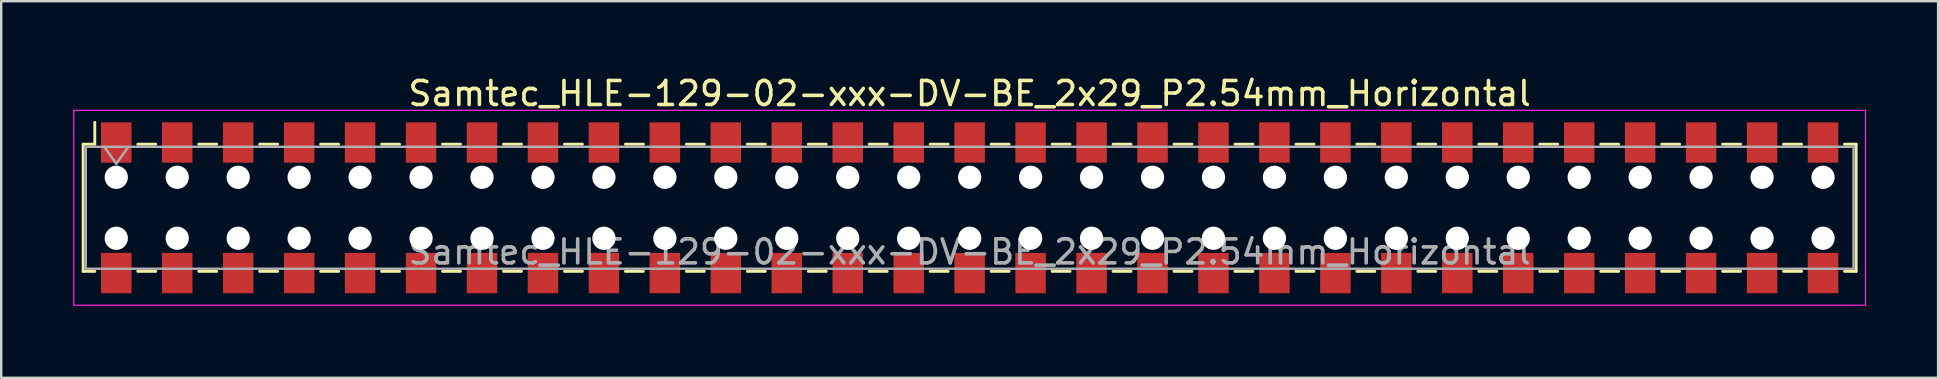
<source format=kicad_pcb>
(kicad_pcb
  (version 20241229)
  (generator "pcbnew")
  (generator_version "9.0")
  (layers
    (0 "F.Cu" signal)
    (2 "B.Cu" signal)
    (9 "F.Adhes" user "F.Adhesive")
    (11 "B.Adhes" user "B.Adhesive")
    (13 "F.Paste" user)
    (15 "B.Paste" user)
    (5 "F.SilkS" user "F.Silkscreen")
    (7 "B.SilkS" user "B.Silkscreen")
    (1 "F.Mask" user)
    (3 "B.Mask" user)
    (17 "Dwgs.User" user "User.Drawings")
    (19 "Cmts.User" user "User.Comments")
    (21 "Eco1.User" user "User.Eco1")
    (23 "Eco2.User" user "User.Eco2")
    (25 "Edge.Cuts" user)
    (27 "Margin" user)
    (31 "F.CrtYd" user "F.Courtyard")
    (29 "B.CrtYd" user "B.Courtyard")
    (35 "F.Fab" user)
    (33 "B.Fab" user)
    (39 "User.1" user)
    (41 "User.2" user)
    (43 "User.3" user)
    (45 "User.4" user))
  (footprint "Samtec_HLE-129-02-xxx-DV-BE_2x29_P2.54mm_Horizontal"
    (layer "F.Cu")
    (at 37.355 5.608)
    (property "Reference" "Samtec_HLE-129-02-xxx-DV-BE_2x29_P2.54mm_Horizontal" (at 0 -4.76 0) (layer "F.SilkS") (effects (font (size 1 1) (thickness 0.15))))
    (attr smd)
    (fp_line (start -36.94 -2.65) (end -36.94 2.65) (stroke (width 0.12) (type solid)) (layer "F.SilkS"))
    (fp_line (start -36.94 2.65) (end -36.455 2.65) (stroke (width 0.12) (type solid)) (layer "F.SilkS"))
    (fp_line (start -36.455 -3.56) (end -36.455 -2.65) (stroke (width 0.12) (type solid)) (layer "F.SilkS"))
    (fp_line (start -36.455 -2.65) (end -36.94 -2.65) (stroke (width 0.12) (type solid)) (layer "F.SilkS"))
    (fp_line (start -34.665 -2.65) (end -33.915 -2.65) (stroke (width 0.12) (type solid)) (layer "F.SilkS"))
    (fp_line (start -34.665 2.65) (end -33.915 2.65) (stroke (width 0.12) (type solid)) (layer "F.SilkS"))
    (fp_line (start -32.125 -2.65) (end -31.375 -2.65) (stroke (width 0.12) (type solid)) (layer "F.SilkS"))
    (fp_line (start -32.125 2.65) (end -31.375 2.65) (stroke (width 0.12) (type solid)) (layer "F.SilkS"))
    (fp_line (start -29.585 -2.65) (end -28.835 -2.65) (stroke (width 0.12) (type solid)) (layer "F.SilkS"))
    (fp_line (start -29.585 2.65) (end -28.835 2.65) (stroke (width 0.12) (type solid)) (layer "F.SilkS"))
    (fp_line (start -27.045 -2.65) (end -26.295 -2.65) (stroke (width 0.12) (type solid)) (layer "F.SilkS"))
    (fp_line (start -27.045 2.65) (end -26.295 2.65) (stroke (width 0.12) (type solid)) (layer "F.SilkS"))
    (fp_line (start -24.505 -2.65) (end -23.755 -2.65) (stroke (width 0.12) (type solid)) (layer "F.SilkS"))
    (fp_line (start -24.505 2.65) (end -23.755 2.65) (stroke (width 0.12) (type solid)) (layer "F.SilkS"))
    (fp_line (start -21.965 -2.65) (end -21.215 -2.65) (stroke (width 0.12) (type solid)) (layer "F.SilkS"))
    (fp_line (start -21.965 2.65) (end -21.215 2.65) (stroke (width 0.12) (type solid)) (layer "F.SilkS"))
    (fp_line (start -19.425 -2.65) (end -18.675 -2.65) (stroke (width 0.12) (type solid)) (layer "F.SilkS"))
    (fp_line (start -19.425 2.65) (end -18.675 2.65) (stroke (width 0.12) (type solid)) (layer "F.SilkS"))
    (fp_line (start -16.885 -2.65) (end -16.135 -2.65) (stroke (width 0.12) (type solid)) (layer "F.SilkS"))
    (fp_line (start -16.885 2.65) (end -16.135 2.65) (stroke (width 0.12) (type solid)) (layer "F.SilkS"))
    (fp_line (start -14.345 -2.65) (end -13.595 -2.65) (stroke (width 0.12) (type solid)) (layer "F.SilkS"))
    (fp_line (start -14.345 2.65) (end -13.595 2.65) (stroke (width 0.12) (type solid)) (layer "F.SilkS"))
    (fp_line (start -11.805 -2.65) (end -11.055 -2.65) (stroke (width 0.12) (type solid)) (layer "F.SilkS"))
    (fp_line (start -11.805 2.65) (end -11.055 2.65) (stroke (width 0.12) (type solid)) (layer "F.SilkS"))
    (fp_line (start -9.265 -2.65) (end -8.515 -2.65) (stroke (width 0.12) (type solid)) (layer "F.SilkS"))
    (fp_line (start -9.265 2.65) (end -8.515 2.65) (stroke (width 0.12) (type solid)) (layer "F.SilkS"))
    (fp_line (start -6.725 -2.65) (end -5.975 -2.65) (stroke (width 0.12) (type solid)) (layer "F.SilkS"))
    (fp_line (start -6.725 2.65) (end -5.975 2.65) (stroke (width 0.12) (type solid)) (layer "F.SilkS"))
    (fp_line (start -4.185 -2.65) (end -3.435 -2.65) (stroke (width 0.12) (type solid)) (layer "F.SilkS"))
    (fp_line (start -4.185 2.65) (end -3.435 2.65) (stroke (width 0.12) (type solid)) (layer "F.SilkS"))
    (fp_line (start -1.645 -2.65) (end -0.895 -2.65) (stroke (width 0.12) (type solid)) (layer "F.SilkS"))
    (fp_line (start -1.645 2.65) (end -0.895 2.65) (stroke (width 0.12) (type solid)) (layer "F.SilkS"))
    (fp_line (start 0.895 -2.65) (end 1.645 -2.65) (stroke (width 0.12) (type solid)) (layer "F.SilkS"))
    (fp_line (start 0.895 2.65) (end 1.645 2.65) (stroke (width 0.12) (type solid)) (layer "F.SilkS"))
    (fp_line (start 3.435 -2.65) (end 4.185 -2.65) (stroke (width 0.12) (type solid)) (layer "F.SilkS"))
    (fp_line (start 3.435 2.65) (end 4.185 2.65) (stroke (width 0.12) (type solid)) (layer "F.SilkS"))
    (fp_line (start 5.975 -2.65) (end 6.725 -2.65) (stroke (width 0.12) (type solid)) (layer "F.SilkS"))
    (fp_line (start 5.975 2.65) (end 6.725 2.65) (stroke (width 0.12) (type solid)) (layer "F.SilkS"))
    (fp_line (start 8.515 -2.65) (end 9.265 -2.65) (stroke (width 0.12) (type solid)) (layer "F.SilkS"))
    (fp_line (start 8.515 2.65) (end 9.265 2.65) (stroke (width 0.12) (type solid)) (layer "F.SilkS"))
    (fp_line (start 11.055 -2.65) (end 11.805 -2.65) (stroke (width 0.12) (type solid)) (layer "F.SilkS"))
    (fp_line (start 11.055 2.65) (end 11.805 2.65) (stroke (width 0.12) (type solid)) (layer "F.SilkS"))
    (fp_line (start 13.595 -2.65) (end 14.345 -2.65) (stroke (width 0.12) (type solid)) (layer "F.SilkS"))
    (fp_line (start 13.595 2.65) (end 14.345 2.65) (stroke (width 0.12) (type solid)) (layer "F.SilkS"))
    (fp_line (start 16.135 -2.65) (end 16.885 -2.65) (stroke (width 0.12) (type solid)) (layer "F.SilkS"))
    (fp_line (start 16.135 2.65) (end 16.885 2.65) (stroke (width 0.12) (type solid)) (layer "F.SilkS"))
    (fp_line (start 18.675 -2.65) (end 19.425 -2.65) (stroke (width 0.12) (type solid)) (layer "F.SilkS"))
    (fp_line (start 18.675 2.65) (end 19.425 2.65) (stroke (width 0.12) (type solid)) (layer "F.SilkS"))
    (fp_line (start 21.215 -2.65) (end 21.965 -2.65) (stroke (width 0.12) (type solid)) (layer "F.SilkS"))
    (fp_line (start 21.215 2.65) (end 21.965 2.65) (stroke (width 0.12) (type solid)) (layer "F.SilkS"))
    (fp_line (start 23.755 -2.65) (end 24.505 -2.65) (stroke (width 0.12) (type solid)) (layer "F.SilkS"))
    (fp_line (start 23.755 2.65) (end 24.505 2.65) (stroke (width 0.12) (type solid)) (layer "F.SilkS"))
    (fp_line (start 26.295 -2.65) (end 27.045 -2.65) (stroke (width 0.12) (type solid)) (layer "F.SilkS"))
    (fp_line (start 26.295 2.65) (end 27.045 2.65) (stroke (width 0.12) (type solid)) (layer "F.SilkS"))
    (fp_line (start 28.835 -2.65) (end 29.585 -2.65) (stroke (width 0.12) (type solid)) (layer "F.SilkS"))
    (fp_line (start 28.835 2.65) (end 29.585 2.65) (stroke (width 0.12) (type solid)) (layer "F.SilkS"))
    (fp_line (start 31.375 -2.65) (end 32.125 -2.65) (stroke (width 0.12) (type solid)) (layer "F.SilkS"))
    (fp_line (start 31.375 2.65) (end 32.125 2.65) (stroke (width 0.12) (type solid)) (layer "F.SilkS"))
    (fp_line (start 33.915 -2.65) (end 34.665 -2.65) (stroke (width 0.12) (type solid)) (layer "F.SilkS"))
    (fp_line (start 33.915 2.65) (end 34.665 2.65) (stroke (width 0.12) (type solid)) (layer "F.SilkS"))
    (fp_line (start 36.455 -2.65) (end 36.94 -2.65) (stroke (width 0.12) (type solid)) (layer "F.SilkS"))
    (fp_line (start 36.94 -2.65) (end 36.94 2.65) (stroke (width 0.12) (type solid)) (layer "F.SilkS"))
    (fp_line (start 36.94 2.65) (end 36.455 2.65) (stroke (width 0.12) (type solid)) (layer "F.SilkS"))
    (fp_line (start -37.33 -4.06) (end 37.33 -4.06) (stroke (width 0.05) (type solid)) (layer "F.CrtYd"))
    (fp_line (start -37.33 4.06) (end -37.33 -4.06) (stroke (width 0.05) (type solid)) (layer "F.CrtYd"))
    (fp_line (start 37.33 -4.06) (end 37.33 4.06) (stroke (width 0.05) (type solid)) (layer "F.CrtYd"))
    (fp_line (start 37.33 4.06) (end -37.33 4.06) (stroke (width 0.05) (type solid)) (layer "F.CrtYd"))
    (fp_line (start -36.83 -2.54) (end 36.83 -2.54) (stroke (width 0.1) (type solid)) (layer "F.Fab"))
    (fp_line (start -36.83 2.54) (end -36.83 -2.54) (stroke (width 0.1) (type solid)) (layer "F.Fab"))
    (fp_line (start -36.06 -2.54) (end -35.56 -1.833) (stroke (width 0.1) (type solid)) (layer "F.Fab"))
    (fp_line (start -35.56 -1.833) (end -35.06 -2.54) (stroke (width 0.1) (type solid)) (layer "F.Fab"))
    (fp_line (start 36.83 -2.54) (end 36.83 2.54) (stroke (width 0.1) (type solid)) (layer "F.Fab"))
    (fp_line (start 36.83 2.54) (end -36.83 2.54) (stroke (width 0.1) (type solid)) (layer "F.Fab"))
    (fp_text user "${REFERENCE}" (at 0 1.84 0) (layer "F.Fab") (effects (font (size 1 1) (thickness 0.15))))
    (pad "" np_thru_hole circle (at -35.56 -1.27) (size 0.97 0.97) (drill 0.97) (layers "*.Cu" "*.Mask"))
    (pad "" np_thru_hole circle (at -35.56 1.27) (size 0.97 0.97) (drill 0.97) (layers "*.Cu" "*.Mask"))
    (pad "" np_thru_hole circle (at -33.02 -1.27) (size 0.97 0.97) (drill 0.97) (layers "*.Cu" "*.Mask"))
    (pad "" np_thru_hole circle (at -33.02 1.27) (size 0.97 0.97) (drill 0.97) (layers "*.Cu" "*.Mask"))
    (pad "" np_thru_hole circle (at -30.48 -1.27) (size 0.97 0.97) (drill 0.97) (layers "*.Cu" "*.Mask"))
    (pad "" np_thru_hole circle (at -30.48 1.27) (size 0.97 0.97) (drill 0.97) (layers "*.Cu" "*.Mask"))
    (pad "" np_thru_hole circle (at -27.94 -1.27) (size 0.97 0.97) (drill 0.97) (layers "*.Cu" "*.Mask"))
    (pad "" np_thru_hole circle (at -27.94 1.27) (size 0.97 0.97) (drill 0.97) (layers "*.Cu" "*.Mask"))
    (pad "" np_thru_hole circle (at -25.4 -1.27) (size 0.97 0.97) (drill 0.97) (layers "*.Cu" "*.Mask"))
    (pad "" np_thru_hole circle (at -25.4 1.27) (size 0.97 0.97) (drill 0.97) (layers "*.Cu" "*.Mask"))
    (pad "" np_thru_hole circle (at -22.86 -1.27) (size 0.97 0.97) (drill 0.97) (layers "*.Cu" "*.Mask"))
    (pad "" np_thru_hole circle (at -22.86 1.27) (size 0.97 0.97) (drill 0.97) (layers "*.Cu" "*.Mask"))
    (pad "" np_thru_hole circle (at -20.32 -1.27) (size 0.97 0.97) (drill 0.97) (layers "*.Cu" "*.Mask"))
    (pad "" np_thru_hole circle (at -20.32 1.27) (size 0.97 0.97) (drill 0.97) (layers "*.Cu" "*.Mask"))
    (pad "" np_thru_hole circle (at -17.78 -1.27) (size 0.97 0.97) (drill 0.97) (layers "*.Cu" "*.Mask"))
    (pad "" np_thru_hole circle (at -17.78 1.27) (size 0.97 0.97) (drill 0.97) (layers "*.Cu" "*.Mask"))
    (pad "" np_thru_hole circle (at -15.24 -1.27) (size 0.97 0.97) (drill 0.97) (layers "*.Cu" "*.Mask"))
    (pad "" np_thru_hole circle (at -15.24 1.27) (size 0.97 0.97) (drill 0.97) (layers "*.Cu" "*.Mask"))
    (pad "" np_thru_hole circle (at -12.7 -1.27) (size 0.97 0.97) (drill 0.97) (layers "*.Cu" "*.Mask"))
    (pad "" np_thru_hole circle (at -12.7 1.27) (size 0.97 0.97) (drill 0.97) (layers "*.Cu" "*.Mask"))
    (pad "" np_thru_hole circle (at -10.16 -1.27) (size 0.97 0.97) (drill 0.97) (layers "*.Cu" "*.Mask"))
    (pad "" np_thru_hole circle (at -10.16 1.27) (size 0.97 0.97) (drill 0.97) (layers "*.Cu" "*.Mask"))
    (pad "" np_thru_hole circle (at -7.62 -1.27) (size 0.97 0.97) (drill 0.97) (layers "*.Cu" "*.Mask"))
    (pad "" np_thru_hole circle (at -7.62 1.27) (size 0.97 0.97) (drill 0.97) (layers "*.Cu" "*.Mask"))
    (pad "" np_thru_hole circle (at -5.08 -1.27) (size 0.97 0.97) (drill 0.97) (layers "*.Cu" "*.Mask"))
    (pad "" np_thru_hole circle (at -5.08 1.27) (size 0.97 0.97) (drill 0.97) (layers "*.Cu" "*.Mask"))
    (pad "" np_thru_hole circle (at -2.54 -1.27) (size 0.97 0.97) (drill 0.97) (layers "*.Cu" "*.Mask"))
    (pad "" np_thru_hole circle (at -2.54 1.27) (size 0.97 0.97) (drill 0.97) (layers "*.Cu" "*.Mask"))
    (pad "" np_thru_hole circle (at 0 -1.27) (size 0.97 0.97) (drill 0.97) (layers "*.Cu" "*.Mask"))
    (pad "" np_thru_hole circle (at 0 1.27) (size 0.97 0.97) (drill 0.97) (layers "*.Cu" "*.Mask"))
    (pad "" np_thru_hole circle (at 2.54 -1.27) (size 0.97 0.97) (drill 0.97) (layers "*.Cu" "*.Mask"))
    (pad "" np_thru_hole circle (at 2.54 1.27) (size 0.97 0.97) (drill 0.97) (layers "*.Cu" "*.Mask"))
    (pad "" np_thru_hole circle (at 5.08 -1.27) (size 0.97 0.97) (drill 0.97) (layers "*.Cu" "*.Mask"))
    (pad "" np_thru_hole circle (at 5.08 1.27) (size 0.97 0.97) (drill 0.97) (layers "*.Cu" "*.Mask"))
    (pad "" np_thru_hole circle (at 7.62 -1.27) (size 0.97 0.97) (drill 0.97) (layers "*.Cu" "*.Mask"))
    (pad "" np_thru_hole circle (at 7.62 1.27) (size 0.97 0.97) (drill 0.97) (layers "*.Cu" "*.Mask"))
    (pad "" np_thru_hole circle (at 10.16 -1.27) (size 0.97 0.97) (drill 0.97) (layers "*.Cu" "*.Mask"))
    (pad "" np_thru_hole circle (at 10.16 1.27) (size 0.97 0.97) (drill 0.97) (layers "*.Cu" "*.Mask"))
    (pad "" np_thru_hole circle (at 12.7 -1.27) (size 0.97 0.97) (drill 0.97) (layers "*.Cu" "*.Mask"))
    (pad "" np_thru_hole circle (at 12.7 1.27) (size 0.97 0.97) (drill 0.97) (layers "*.Cu" "*.Mask"))
    (pad "" np_thru_hole circle (at 15.24 -1.27) (size 0.97 0.97) (drill 0.97) (layers "*.Cu" "*.Mask"))
    (pad "" np_thru_hole circle (at 15.24 1.27) (size 0.97 0.97) (drill 0.97) (layers "*.Cu" "*.Mask"))
    (pad "" np_thru_hole circle (at 17.78 -1.27) (size 0.97 0.97) (drill 0.97) (layers "*.Cu" "*.Mask"))
    (pad "" np_thru_hole circle (at 17.78 1.27) (size 0.97 0.97) (drill 0.97) (layers "*.Cu" "*.Mask"))
    (pad "" np_thru_hole circle (at 20.32 -1.27) (size 0.97 0.97) (drill 0.97) (layers "*.Cu" "*.Mask"))
    (pad "" np_thru_hole circle (at 20.32 1.27) (size 0.97 0.97) (drill 0.97) (layers "*.Cu" "*.Mask"))
    (pad "" np_thru_hole circle (at 22.86 -1.27) (size 0.97 0.97) (drill 0.97) (layers "*.Cu" "*.Mask"))
    (pad "" np_thru_hole circle (at 22.86 1.27) (size 0.97 0.97) (drill 0.97) (layers "*.Cu" "*.Mask"))
    (pad "" np_thru_hole circle (at 25.4 -1.27) (size 0.97 0.97) (drill 0.97) (layers "*.Cu" "*.Mask"))
    (pad "" np_thru_hole circle (at 25.4 1.27) (size 0.97 0.97) (drill 0.97) (layers "*.Cu" "*.Mask"))
    (pad "" np_thru_hole circle (at 27.94 -1.27) (size 0.97 0.97) (drill 0.97) (layers "*.Cu" "*.Mask"))
    (pad "" np_thru_hole circle (at 27.94 1.27) (size 0.97 0.97) (drill 0.97) (layers "*.Cu" "*.Mask"))
    (pad "" np_thru_hole circle (at 30.48 -1.27) (size 0.97 0.97) (drill 0.97) (layers "*.Cu" "*.Mask"))
    (pad "" np_thru_hole circle (at 30.48 1.27) (size 0.97 0.97) (drill 0.97) (layers "*.Cu" "*.Mask"))
    (pad "" np_thru_hole circle (at 33.02 -1.27) (size 0.97 0.97) (drill 0.97) (layers "*.Cu" "*.Mask"))
    (pad "" np_thru_hole circle (at 33.02 1.27) (size 0.97 0.97) (drill 0.97) (layers "*.Cu" "*.Mask"))
    (pad "" np_thru_hole circle (at 35.56 -1.27) (size 0.97 0.97) (drill 0.97) (layers "*.Cu" "*.Mask"))
    (pad "" np_thru_hole circle (at 35.56 1.27) (size 0.97 0.97) (drill 0.97) (layers "*.Cu" "*.Mask"))
    (pad "1" smd rect (at -35.56 -2.72) (size 1.27 1.68) (layers "F.Cu" "F.Mask" "F.Paste"))
    (pad "2" smd rect (at -35.56 2.72) (size 1.27 1.68) (layers "F.Cu" "F.Mask" "F.Paste"))
    (pad "3" smd rect (at -33.02 -2.72) (size 1.27 1.68) (layers "F.Cu" "F.Mask" "F.Paste"))
    (pad "4" smd rect (at -33.02 2.72) (size 1.27 1.68) (layers "F.Cu" "F.Mask" "F.Paste"))
    (pad "5" smd rect (at -30.48 -2.72) (size 1.27 1.68) (layers "F.Cu" "F.Mask" "F.Paste"))
    (pad "6" smd rect (at -30.48 2.72) (size 1.27 1.68) (layers "F.Cu" "F.Mask" "F.Paste"))
    (pad "7" smd rect (at -27.94 -2.72) (size 1.27 1.68) (layers "F.Cu" "F.Mask" "F.Paste"))
    (pad "8" smd rect (at -27.94 2.72) (size 1.27 1.68) (layers "F.Cu" "F.Mask" "F.Paste"))
    (pad "9" smd rect (at -25.4 -2.72) (size 1.27 1.68) (layers "F.Cu" "F.Mask" "F.Paste"))
    (pad "10" smd rect (at -25.4 2.72) (size 1.27 1.68) (layers "F.Cu" "F.Mask" "F.Paste"))
    (pad "11" smd rect (at -22.86 -2.72) (size 1.27 1.68) (layers "F.Cu" "F.Mask" "F.Paste"))
    (pad "12" smd rect (at -22.86 2.72) (size 1.27 1.68) (layers "F.Cu" "F.Mask" "F.Paste"))
    (pad "13" smd rect (at -20.32 -2.72) (size 1.27 1.68) (layers "F.Cu" "F.Mask" "F.Paste"))
    (pad "14" smd rect (at -20.32 2.72) (size 1.27 1.68) (layers "F.Cu" "F.Mask" "F.Paste"))
    (pad "15" smd rect (at -17.78 -2.72) (size 1.27 1.68) (layers "F.Cu" "F.Mask" "F.Paste"))
    (pad "16" smd rect (at -17.78 2.72) (size 1.27 1.68) (layers "F.Cu" "F.Mask" "F.Paste"))
    (pad "17" smd rect (at -15.24 -2.72) (size 1.27 1.68) (layers "F.Cu" "F.Mask" "F.Paste"))
    (pad "18" smd rect (at -15.24 2.72) (size 1.27 1.68) (layers "F.Cu" "F.Mask" "F.Paste"))
    (pad "19" smd rect (at -12.7 -2.72) (size 1.27 1.68) (layers "F.Cu" "F.Mask" "F.Paste"))
    (pad "20" smd rect (at -12.7 2.72) (size 1.27 1.68) (layers "F.Cu" "F.Mask" "F.Paste"))
    (pad "21" smd rect (at -10.16 -2.72) (size 1.27 1.68) (layers "F.Cu" "F.Mask" "F.Paste"))
    (pad "22" smd rect (at -10.16 2.72) (size 1.27 1.68) (layers "F.Cu" "F.Mask" "F.Paste"))
    (pad "23" smd rect (at -7.62 -2.72) (size 1.27 1.68) (layers "F.Cu" "F.Mask" "F.Paste"))
    (pad "24" smd rect (at -7.62 2.72) (size 1.27 1.68) (layers "F.Cu" "F.Mask" "F.Paste"))
    (pad "25" smd rect (at -5.08 -2.72) (size 1.27 1.68) (layers "F.Cu" "F.Mask" "F.Paste"))
    (pad "26" smd rect (at -5.08 2.72) (size 1.27 1.68) (layers "F.Cu" "F.Mask" "F.Paste"))
    (pad "27" smd rect (at -2.54 -2.72) (size 1.27 1.68) (layers "F.Cu" "F.Mask" "F.Paste"))
    (pad "28" smd rect (at -2.54 2.72) (size 1.27 1.68) (layers "F.Cu" "F.Mask" "F.Paste"))
    (pad "29" smd rect (at 0 -2.72) (size 1.27 1.68) (layers "F.Cu" "F.Mask" "F.Paste"))
    (pad "30" smd rect (at 0 2.72) (size 1.27 1.68) (layers "F.Cu" "F.Mask" "F.Paste"))
    (pad "31" smd rect (at 2.54 -2.72) (size 1.27 1.68) (layers "F.Cu" "F.Mask" "F.Paste"))
    (pad "32" smd rect (at 2.54 2.72) (size 1.27 1.68) (layers "F.Cu" "F.Mask" "F.Paste"))
    (pad "33" smd rect (at 5.08 -2.72) (size 1.27 1.68) (layers "F.Cu" "F.Mask" "F.Paste"))
    (pad "34" smd rect (at 5.08 2.72) (size 1.27 1.68) (layers "F.Cu" "F.Mask" "F.Paste"))
    (pad "35" smd rect (at 7.62 -2.72) (size 1.27 1.68) (layers "F.Cu" "F.Mask" "F.Paste"))
    (pad "36" smd rect (at 7.62 2.72) (size 1.27 1.68) (layers "F.Cu" "F.Mask" "F.Paste"))
    (pad "37" smd rect (at 10.16 -2.72) (size 1.27 1.68) (layers "F.Cu" "F.Mask" "F.Paste"))
    (pad "38" smd rect (at 10.16 2.72) (size 1.27 1.68) (layers "F.Cu" "F.Mask" "F.Paste"))
    (pad "39" smd rect (at 12.7 -2.72) (size 1.27 1.68) (layers "F.Cu" "F.Mask" "F.Paste"))
    (pad "40" smd rect (at 12.7 2.72) (size 1.27 1.68) (layers "F.Cu" "F.Mask" "F.Paste"))
    (pad "41" smd rect (at 15.24 -2.72) (size 1.27 1.68) (layers "F.Cu" "F.Mask" "F.Paste"))
    (pad "42" smd rect (at 15.24 2.72) (size 1.27 1.68) (layers "F.Cu" "F.Mask" "F.Paste"))
    (pad "43" smd rect (at 17.78 -2.72) (size 1.27 1.68) (layers "F.Cu" "F.Mask" "F.Paste"))
    (pad "44" smd rect (at 17.78 2.72) (size 1.27 1.68) (layers "F.Cu" "F.Mask" "F.Paste"))
    (pad "45" smd rect (at 20.32 -2.72) (size 1.27 1.68) (layers "F.Cu" "F.Mask" "F.Paste"))
    (pad "46" smd rect (at 20.32 2.72) (size 1.27 1.68) (layers "F.Cu" "F.Mask" "F.Paste"))
    (pad "47" smd rect (at 22.86 -2.72) (size 1.27 1.68) (layers "F.Cu" "F.Mask" "F.Paste"))
    (pad "48" smd rect (at 22.86 2.72) (size 1.27 1.68) (layers "F.Cu" "F.Mask" "F.Paste"))
    (pad "49" smd rect (at 25.4 -2.72) (size 1.27 1.68) (layers "F.Cu" "F.Mask" "F.Paste"))
    (pad "50" smd rect (at 25.4 2.72) (size 1.27 1.68) (layers "F.Cu" "F.Mask" "F.Paste"))
    (pad "51" smd rect (at 27.94 -2.72) (size 1.27 1.68) (layers "F.Cu" "F.Mask" "F.Paste"))
    (pad "52" smd rect (at 27.94 2.72) (size 1.27 1.68) (layers "F.Cu" "F.Mask" "F.Paste"))
    (pad "53" smd rect (at 30.48 -2.72) (size 1.27 1.68) (layers "F.Cu" "F.Mask" "F.Paste"))
    (pad "54" smd rect (at 30.48 2.72) (size 1.27 1.68) (layers "F.Cu" "F.Mask" "F.Paste"))
    (pad "55" smd rect (at 33.02 -2.72) (size 1.27 1.68) (layers "F.Cu" "F.Mask" "F.Paste"))
    (pad "56" smd rect (at 33.02 2.72) (size 1.27 1.68) (layers "F.Cu" "F.Mask" "F.Paste"))
    (pad "57" smd rect (at 35.56 -2.72) (size 1.27 1.68) (layers "F.Cu" "F.Mask" "F.Paste"))
    (pad "58" smd rect (at 35.56 2.72) (size 1.27 1.68) (layers "F.Cu" "F.Mask" "F.Paste")))
  (gr_rect
    (start -3 -3)
    (end 77.71 12.693)
    (stroke (width 0.1) (type default))
    (fill no)
    (layer "Edge.Cuts")))
</source>
